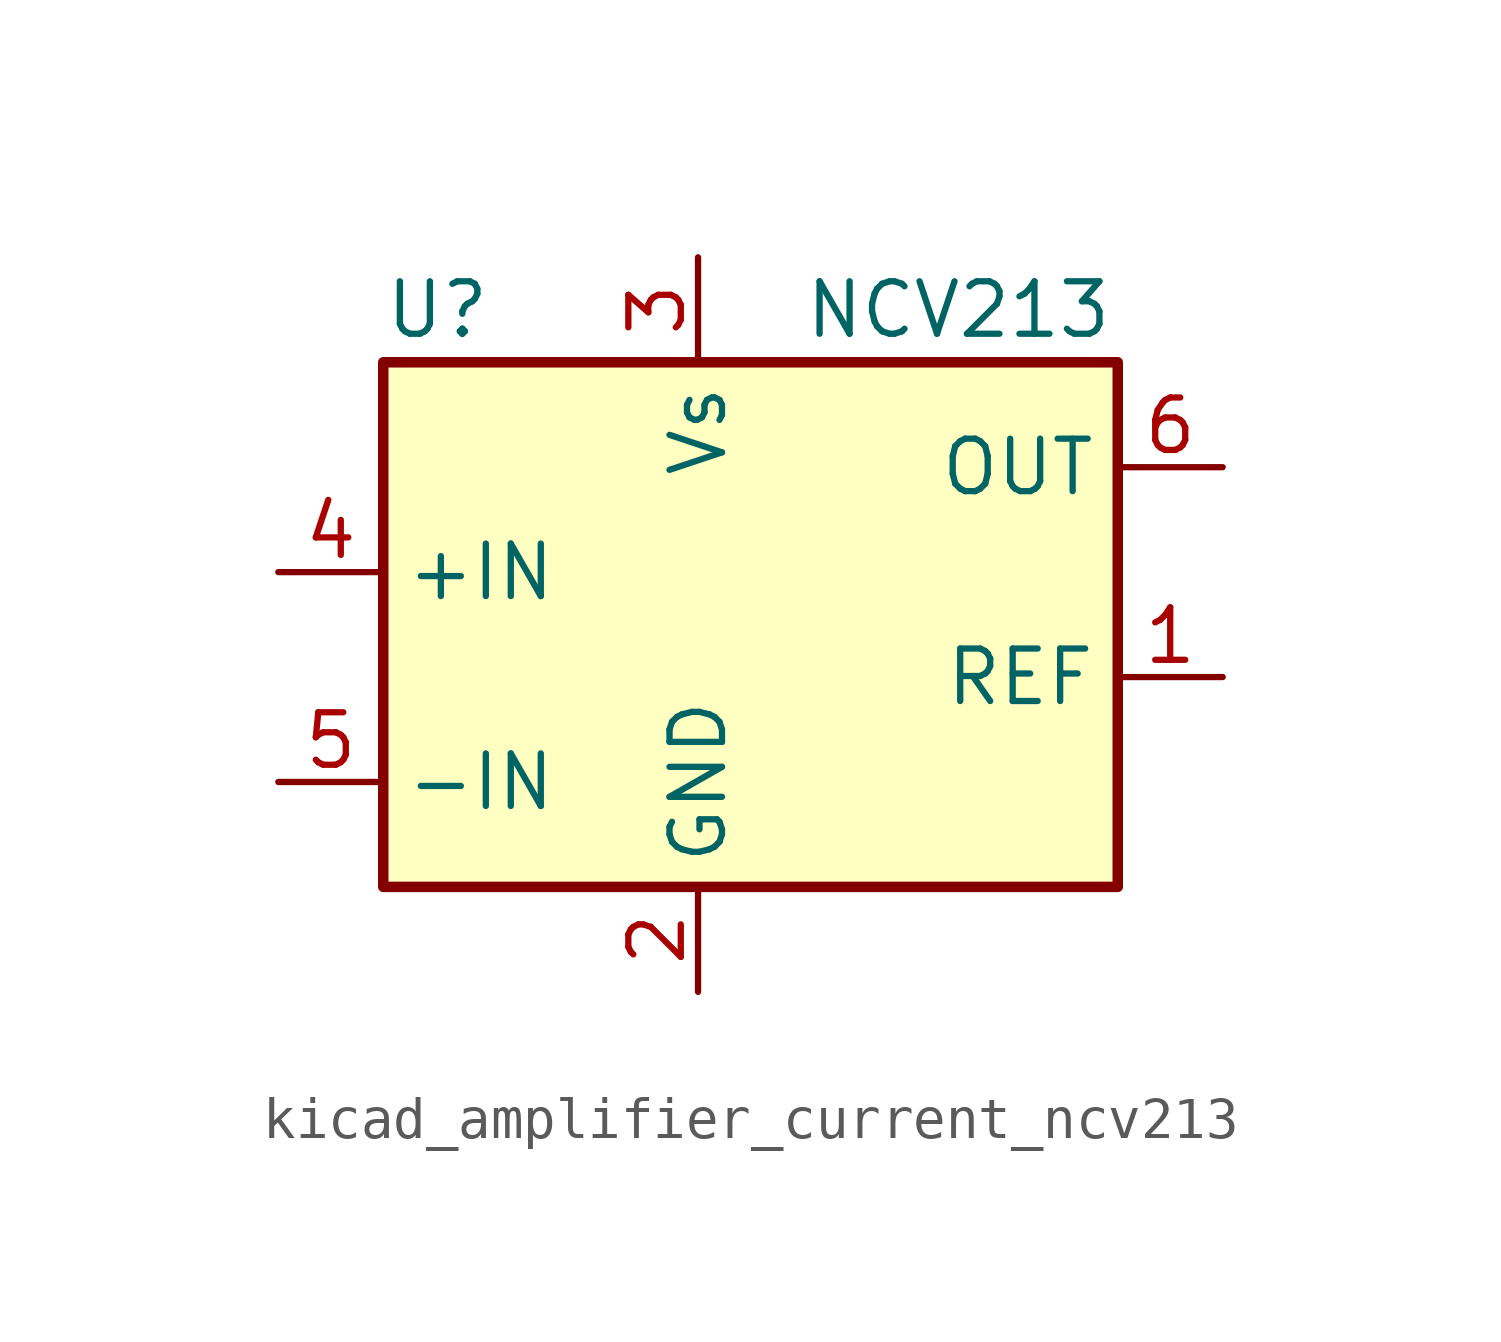
<source format=kicad_sym>
(kicad_symbol_lib
  (version 20220914)
  (generator kicad_symbol_editor)
  (symbol "kicad_amplifier_current_ncv213"
    (property "Reference" "U"
      (at -7.62 8.89 0)
      (effects (font (size 1.27 1.27)) (justify left)))
    (property "Value" "NCV213"
      (at 2.54 8.89 0)
      (effects (font (size 1.27 1.27)) (justify left)))
    (symbol "kicad_amplifier_current_ncv213_0_1"
      (rectangle (start -7.62 7.62) (end 10.16 -5.08) (stroke (width 0.254) (type default)) (fill (type background))))
    (symbol "kicad_amplifier_current_ncv213_1_1"
      (pin input line (at 12.7 0 180) (length 2.54) (name "REF" (effects (font (size 1.27 1.27)))) (number "1" (effects (font (size 1.27 1.27)))))
      (pin power_in line (at 0 -7.62 90) (length 2.54) (name "GND" (effects (font (size 1.27 1.27)))) (number "2" (effects (font (size 1.27 1.27)))))
      (pin power_in line (at 0 10.16 270) (length 2.54) (name "Vs" (effects (font (size 1.27 1.27)))) (number "3" (effects (font (size 1.27 1.27)))))
      (pin input line (at -10.16 2.54 0) (length 2.54) (name "+IN" (effects (font (size 1.27 1.27)))) (number "4" (effects (font (size 1.27 1.27)))))
      (pin input line (at -10.16 -2.54 0) (length 2.54) (name "-IN" (effects (font (size 1.27 1.27)))) (number "5" (effects (font (size 1.27 1.27)))))
      (pin output line (at 12.7 5.08 180) (length 2.54) (name "OUT" (effects (font (size 1.27 1.27)))) (number "6" (effects (font (size 1.27 1.27))))))))
</source>
